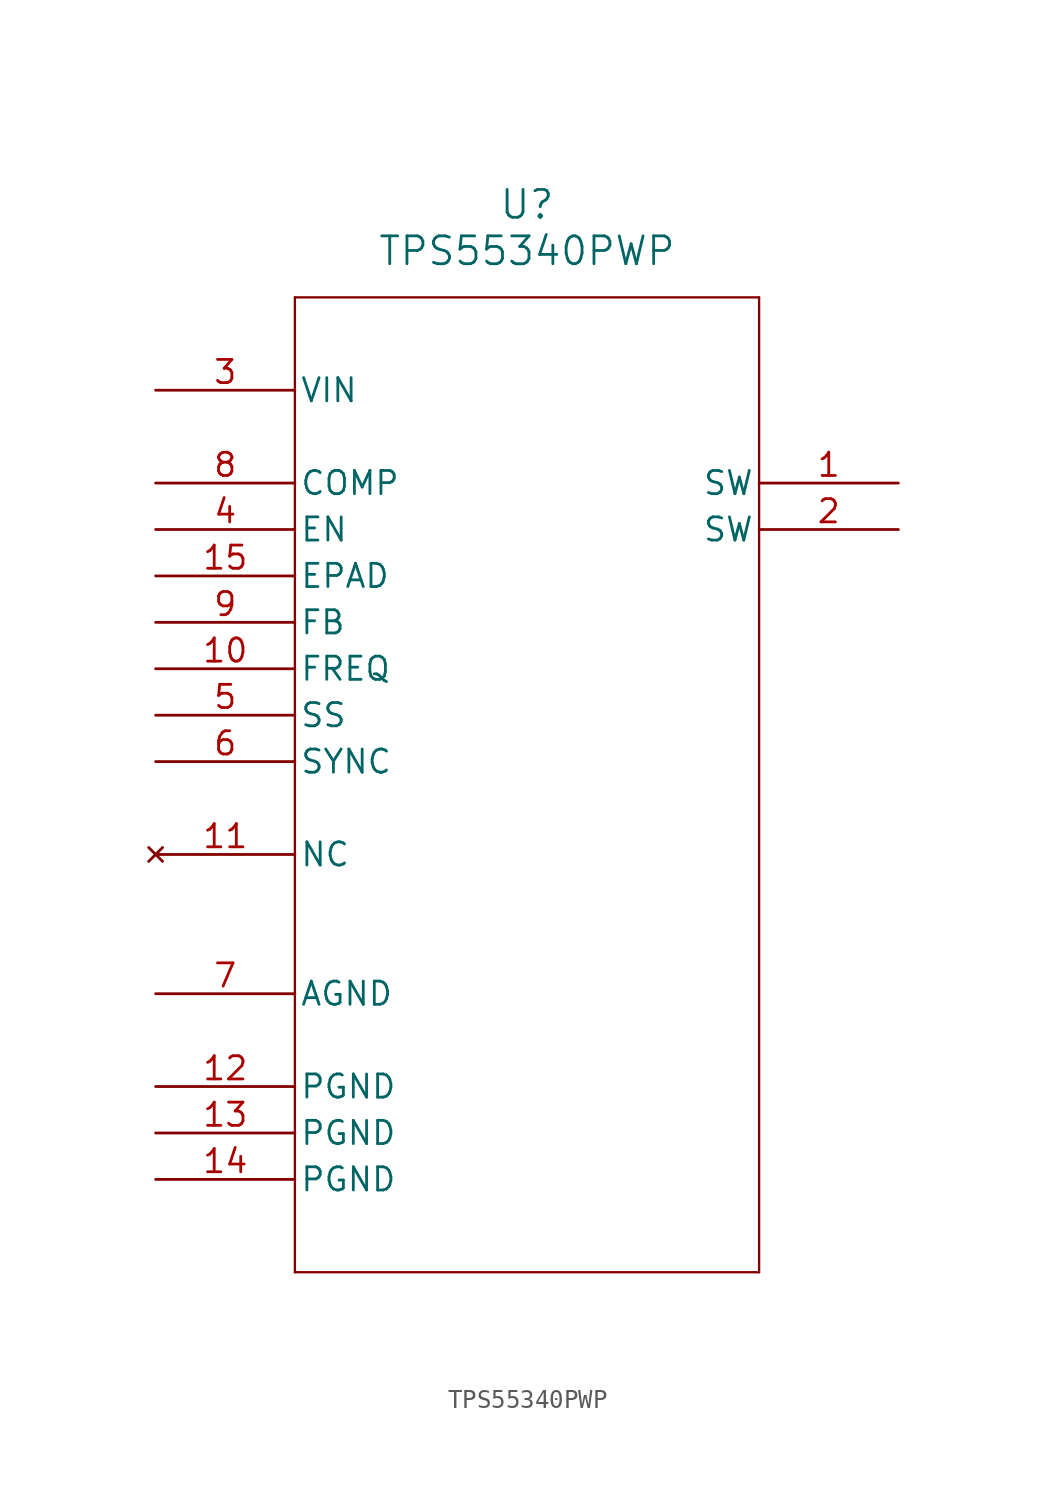
<source format=kicad_sym>
(kicad_symbol_lib
  (version 20211014)
  (generator kicad_symbol_editor)
  (symbol "TPS55340PWP"
    (pin_names
      (offset 0.254))
    (property "Reference" "U"
      (at 20.32 10.16 0)
      (effects (font (size 1.524 1.524))))
    (property "Value" "TPS55340PWP"
      (at 20.32 7.62 0)
      (effects (font (size 1.524 1.524))))
    (symbol "TPS55340PWP_0_1"
      (polyline (pts (xy 7.62 5.08) (xy 7.62 -48.26)) (stroke (width 0.127) (type default) (color 0 0 0 0)) (fill (type none)))
      (polyline (pts (xy 7.62 -48.26) (xy 33.02 -48.26)) (stroke (width 0.127) (type default) (color 0 0 0 0)) (fill (type none)))
      (polyline (pts (xy 33.02 -48.26) (xy 33.02 5.08)) (stroke (width 0.127) (type default) (color 0 0 0 0)) (fill (type none)))
      (polyline (pts (xy 33.02 5.08) (xy 7.62 5.08)) (stroke (width 0.127) (type default) (color 0 0 0 0)) (fill (type none)))
      (pin unspecified line (at 40.64 -5.08 180) (length 7.62) (name "SW" (effects (font (size 1.27 1.27)))) (number "1" (effects (font (size 1.27 1.27)))))
      (pin unspecified line (at 40.64 -7.62 180) (length 7.62) (name "SW" (effects (font (size 1.27 1.27)))) (number "2" (effects (font (size 1.27 1.27)))))
      (pin input line (at 0 0 0) (length 7.62) (name "VIN" (effects (font (size 1.27 1.27)))) (number "3" (effects (font (size 1.27 1.27)))))
      (pin unspecified line (at 0 -7.62 0) (length 7.62) (name "EN" (effects (font (size 1.27 1.27)))) (number "4" (effects (font (size 1.27 1.27)))))
      (pin unspecified line (at 0 -17.78 0) (length 7.62) (name "SS" (effects (font (size 1.27 1.27)))) (number "5" (effects (font (size 1.27 1.27)))))
      (pin unspecified line (at 0 -20.32 0) (length 7.62) (name "SYNC" (effects (font (size 1.27 1.27)))) (number "6" (effects (font (size 1.27 1.27)))))
      (pin power_in line (at 0 -33.02 0) (length 7.62) (name "AGND" (effects (font (size 1.27 1.27)))) (number "7" (effects (font (size 1.27 1.27)))))
      (pin unspecified line (at 0 -5.08 0) (length 7.62) (name "COMP" (effects (font (size 1.27 1.27)))) (number "8" (effects (font (size 1.27 1.27)))))
      (pin unspecified line (at 0 -12.7 0) (length 7.62) (name "FB" (effects (font (size 1.27 1.27)))) (number "9" (effects (font (size 1.27 1.27)))))
      (pin unspecified line (at 0 -15.24 0) (length 7.62) (name "FREQ" (effects (font (size 1.27 1.27)))) (number "10" (effects (font (size 1.27 1.27)))))
      (pin no_connect line (at 0 -25.4 0) (length 7.62) (name "NC" (effects (font (size 1.27 1.27)))) (number "11" (effects (font (size 1.27 1.27)))))
      (pin power_in line (at 0 -38.1 0) (length 7.62) (name "PGND" (effects (font (size 1.27 1.27)))) (number "12" (effects (font (size 1.27 1.27)))))
      (pin power_in line (at 0 -40.64 0) (length 7.62) (name "PGND" (effects (font (size 1.27 1.27)))) (number "13" (effects (font (size 1.27 1.27)))))
      (pin power_in line (at 0 -43.18 0) (length 7.62) (name "PGND" (effects (font (size 1.27 1.27)))) (number "14" (effects (font (size 1.27 1.27)))))
      (pin unspecified line (at 0 -10.16 0) (length 7.62) (name "EPAD" (effects (font (size 1.27 1.27)))) (number "15" (effects (font (size 1.27 1.27))))))))
</source>
